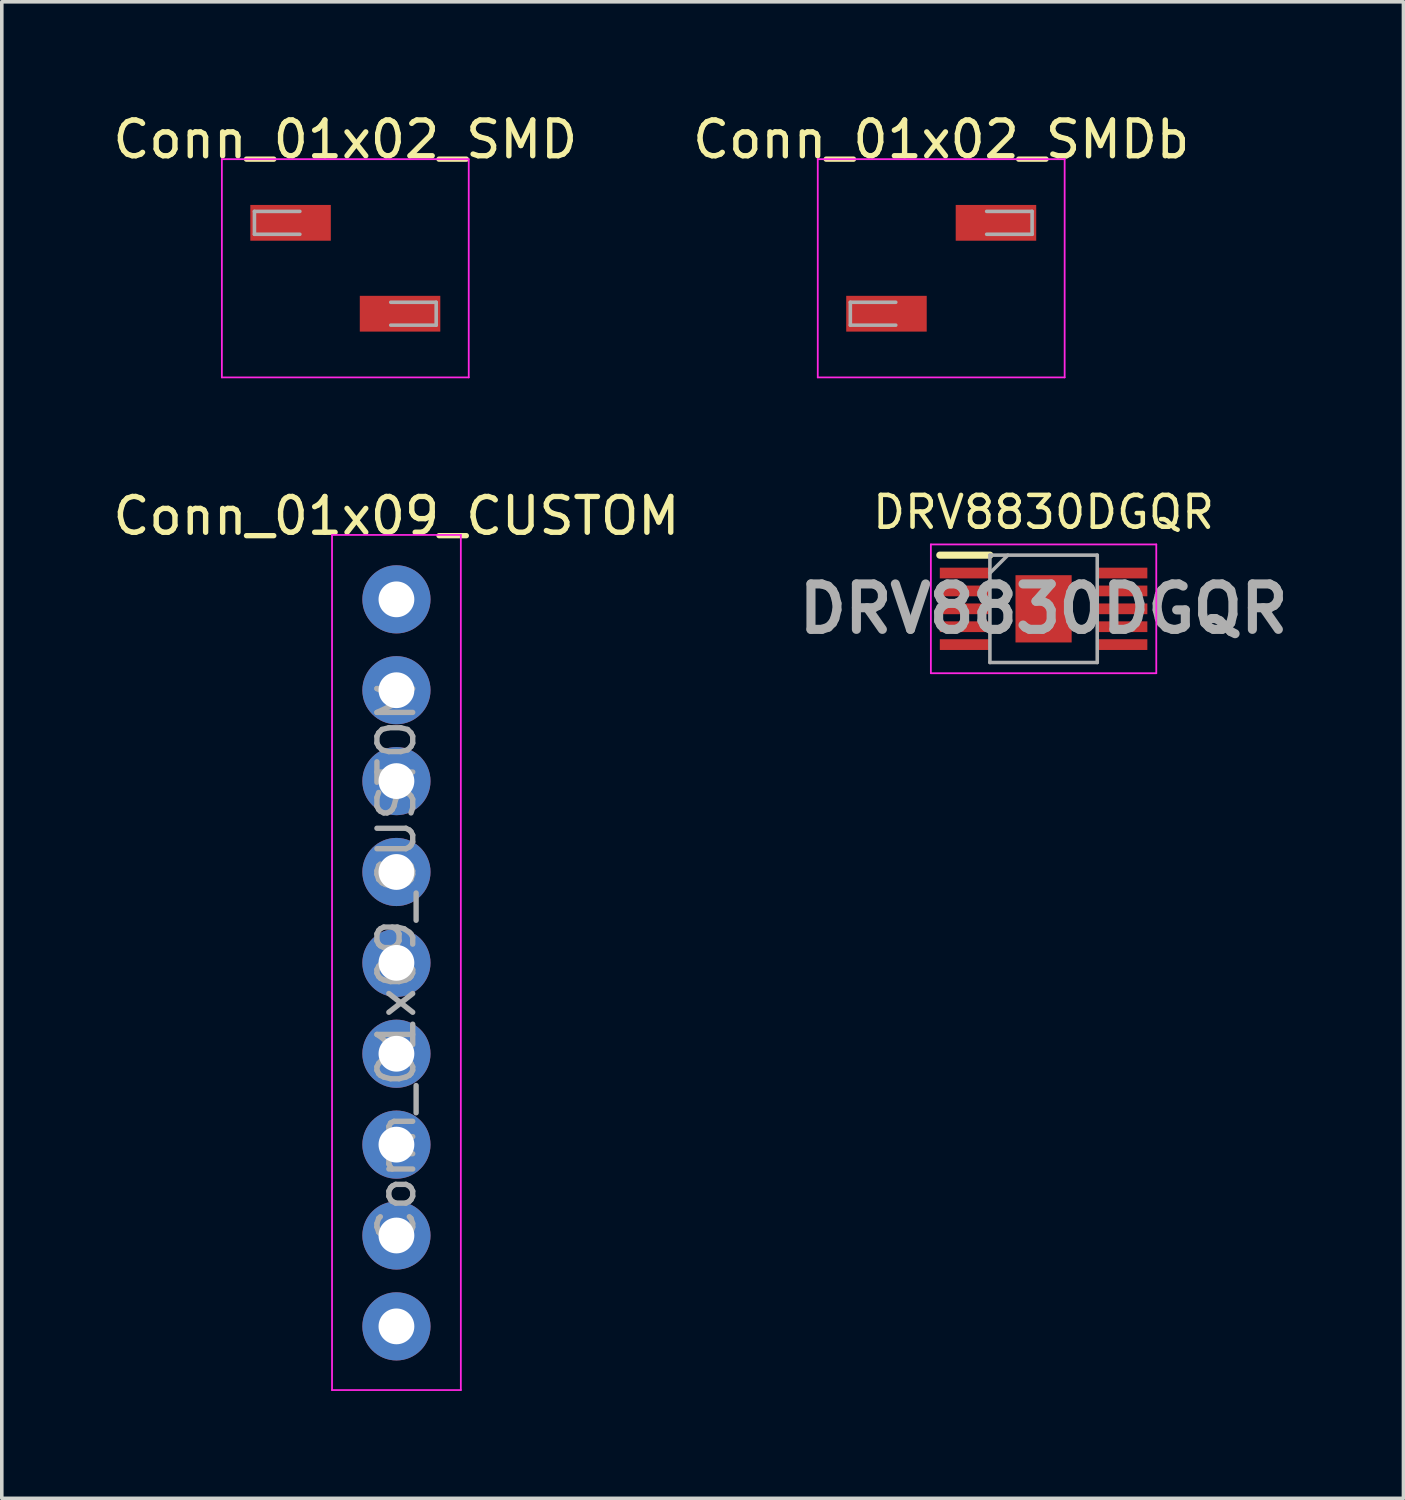
<source format=kicad_pcb>
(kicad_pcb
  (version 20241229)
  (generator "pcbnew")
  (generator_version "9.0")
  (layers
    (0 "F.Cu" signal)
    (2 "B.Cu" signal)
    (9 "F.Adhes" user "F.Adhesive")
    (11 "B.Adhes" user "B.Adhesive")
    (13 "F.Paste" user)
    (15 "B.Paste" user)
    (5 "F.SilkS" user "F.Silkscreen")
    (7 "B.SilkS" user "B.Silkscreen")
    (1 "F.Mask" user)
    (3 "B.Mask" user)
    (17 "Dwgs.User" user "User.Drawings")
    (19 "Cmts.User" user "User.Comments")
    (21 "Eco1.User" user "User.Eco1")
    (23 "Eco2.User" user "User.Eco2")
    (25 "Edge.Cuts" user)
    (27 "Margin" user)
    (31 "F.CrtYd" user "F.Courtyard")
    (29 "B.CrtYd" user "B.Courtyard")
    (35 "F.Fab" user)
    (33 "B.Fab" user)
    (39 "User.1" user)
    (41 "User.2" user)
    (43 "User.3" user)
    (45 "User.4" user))
  (footprint "Conn_01x02_SMDb"
    (layer "F.Cu")
    (at 23.256 4.448)
    (property "Reference" "Conn_01x02_SMDb" (at 0 -3.6 0) (layer "F.SilkS") (effects (font (size 1 1) (thickness 0.15))))
    (attr smd)
    (fp_line (start -3.45 -3.05) (end -3.45 3.05) (stroke (width 0.05) (type solid)) (layer "F.CrtYd"))
    (fp_line (start -3.45 3.05) (end 3.45 3.05) (stroke (width 0.05) (type solid)) (layer "F.CrtYd"))
    (fp_line (start 3.45 -3.05) (end -3.45 -3.05) (stroke (width 0.05) (type solid)) (layer "F.CrtYd"))
    (fp_line (start 3.45 3.05) (end 3.45 -3.05) (stroke (width 0.05) (type solid)) (layer "F.CrtYd"))
    (fp_line (start -2.54 0.95) (end -2.54 1.59) (stroke (width 0.1) (type solid)) (layer "F.Fab"))
    (fp_line (start -2.54 1.59) (end -1.27 1.59) (stroke (width 0.1) (type solid)) (layer "F.Fab"))
    (fp_line (start -1.27 0.95) (end -2.54 0.95) (stroke (width 0.1) (type solid)) (layer "F.Fab"))
    (fp_line (start 1.27 -1.59) (end 2.54 -1.59) (stroke (width 0.1) (type solid)) (layer "F.Fab"))
    (fp_line (start 2.54 -1.59) (end 2.54 -0.95) (stroke (width 0.1) (type solid)) (layer "F.Fab"))
    (fp_line (start 2.54 -0.95) (end 1.27 -0.95) (stroke (width 0.1) (type solid)) (layer "F.Fab"))
    (pad "1" smd rect (at 1.53 -1.27) (size 2.25 1) (layers "F.Cu" "F.Mask" "F.Paste"))
    (pad "2" smd rect (at -1.53 1.27) (size 2.25 1) (layers "F.Cu" "F.Mask" "F.Paste")))
  (footprint "Conn_01x02_SMD"
    (layer "F.Cu")
    (at 6.601 4.448)
    (property "Reference" "Conn_01x02_SMD" (at 0 -3.6 0) (layer "F.SilkS") (effects (font (size 1 1) (thickness 0.15))))
    (attr smd)
    (fp_line (start -3.45 -3.05) (end -3.45 3.05) (stroke (width 0.05) (type solid)) (layer "F.CrtYd"))
    (fp_line (start -3.45 3.05) (end 3.45 3.05) (stroke (width 0.05) (type solid)) (layer "F.CrtYd"))
    (fp_line (start 3.45 -3.05) (end -3.45 -3.05) (stroke (width 0.05) (type solid)) (layer "F.CrtYd"))
    (fp_line (start 3.45 3.05) (end 3.45 -3.05) (stroke (width 0.05) (type solid)) (layer "F.CrtYd"))
    (fp_line (start -2.54 -1.59) (end -2.54 -0.95) (stroke (width 0.1) (type solid)) (layer "F.Fab"))
    (fp_line (start -2.54 -0.95) (end -1.27 -0.95) (stroke (width 0.1) (type solid)) (layer "F.Fab"))
    (fp_line (start -1.27 -1.59) (end -2.54 -1.59) (stroke (width 0.1) (type solid)) (layer "F.Fab"))
    (fp_line (start 1.27 0.95) (end 2.54 0.95) (stroke (width 0.1) (type solid)) (layer "F.Fab"))
    (fp_line (start 2.54 0.95) (end 2.54 1.59) (stroke (width 0.1) (type solid)) (layer "F.Fab"))
    (fp_line (start 2.54 1.59) (end 1.27 1.59) (stroke (width 0.1) (type solid)) (layer "F.Fab"))
    (pad "1" smd rect (at -1.53 -1.27) (size 2.25 1) (layers "F.Cu" "F.Mask" "F.Paste"))
    (pad "2" smd rect (at 1.53 1.27) (size 2.25 1) (layers "F.Cu" "F.Mask" "F.Paste")))
  (footprint "DRV8830DGQR"
    (layer "F.Cu")
    (at 26.117 13.966)
    (property "Reference" "DRV8830DGQR" (at 0 -2.7 0) (layer "F.SilkS") (effects (font (size 0.889 0.889) (thickness 0.127))))
    (attr smd)
    (fp_line (start -2.9 -1.5) (end -1.5 -1.5) (stroke (width 0.2) (type solid)) (layer "F.SilkS"))
    (fp_line (start -3.15 -1.8) (end 3.15 -1.8) (stroke (width 0.05) (type solid)) (layer "F.CrtYd"))
    (fp_line (start -3.15 1.8) (end -3.15 -1.8) (stroke (width 0.05) (type solid)) (layer "F.CrtYd"))
    (fp_line (start 3.15 -1.8) (end 3.15 1.8) (stroke (width 0.05) (type solid)) (layer "F.CrtYd"))
    (fp_line (start 3.15 1.8) (end -3.15 1.8) (stroke (width 0.05) (type solid)) (layer "F.CrtYd"))
    (fp_line (start -1.5 -1.5) (end 1.5 -1.5) (stroke (width 0.1) (type solid)) (layer "F.Fab"))
    (fp_line (start -1.5 -1) (end -1 -1.5) (stroke (width 0.1) (type solid)) (layer "F.Fab"))
    (fp_line (start -1.5 1.5) (end -1.5 -1.5) (stroke (width 0.1) (type solid)) (layer "F.Fab"))
    (fp_line (start 1.5 -1.5) (end 1.5 1.5) (stroke (width 0.1) (type solid)) (layer "F.Fab"))
    (fp_line (start 1.5 1.5) (end -1.5 1.5) (stroke (width 0.1) (type solid)) (layer "F.Fab"))
    (fp_text user "${REFERENCE}" (at 0 0 0) (layer "F.Fab") (effects (font (size 1.27 1.27) (thickness 0.254))))
    (pad "1" smd rect (at -2.2 -1 90) (size 0.3 1.4) (layers "F.Cu" "F.Mask" "F.Paste"))
    (pad "2" smd rect (at -2.2 -0.5 90) (size 0.3 1.4) (layers "F.Cu" "F.Mask" "F.Paste"))
    (pad "3" smd rect (at -2.2 0 90) (size 0.3 1.4) (layers "F.Cu" "F.Mask" "F.Paste"))
    (pad "4" smd rect (at -2.2 0.5 90) (size 0.3 1.4) (layers "F.Cu" "F.Mask" "F.Paste"))
    (pad "5" smd rect (at -2.2 1 90) (size 0.3 1.4) (layers "F.Cu" "F.Mask" "F.Paste"))
    (pad "6" smd rect (at 2.2 1 90) (size 0.3 1.4) (layers "F.Cu" "F.Mask" "F.Paste"))
    (pad "7" smd rect (at 2.2 0.5 90) (size 0.3 1.4) (layers "F.Cu" "F.Mask" "F.Paste"))
    (pad "8" smd rect (at 2.2 0 90) (size 0.3 1.4) (layers "F.Cu" "F.Mask" "F.Paste"))
    (pad "9" smd rect (at 2.2 -0.5 90) (size 0.3 1.4) (layers "F.Cu" "F.Mask" "F.Paste"))
    (pad "10" smd rect (at 2.2 -1 90) (size 0.3 1.4) (layers "F.Cu" "F.Mask" "F.Paste"))
    (pad "11" smd rect (at 0 0) (size 1.57 1.88) (layers "F.Cu" "F.Mask" "F.Paste")))
  (footprint "Conn_01x09_CUSTOM"
    (layer "F.Cu")
    (at 8.03 13.701)
    (property "Reference" "Conn_01x09_CUSTOM" (at 0 -2.33 180) (layer "F.SilkS") (effects (font (size 1 1) (thickness 0.15))))
    (attr through_hole)
    (fp_line (start -1.8 -1.8) (end -1.8 22.1) (stroke (width 0.05) (type solid)) (layer "F.CrtYd"))
    (fp_line (start -1.8 22.1) (end 1.8 22.1) (stroke (width 0.05) (type solid)) (layer "F.CrtYd"))
    (fp_line (start 1.8 -1.8) (end -1.8 -1.8) (stroke (width 0.05) (type solid)) (layer "F.CrtYd"))
    (fp_line (start 1.8 22.1) (end 1.8 -1.8) (stroke (width 0.05) (type solid)) (layer "F.CrtYd"))
    (fp_text user "${REFERENCE}" (at 0 10.16 90) (layer "F.Fab") (effects (font (size 1 1) (thickness 0.15))))
    (pad "1" thru_hole circle (at 0 0) (size 1.905 1.905) (drill 1) (layers "*.Cu" "*.Mask"))
    (pad "2" thru_hole circle (at 0 2.54) (size 1.905 1.905) (drill 1) (layers "*.Cu" "*.Mask"))
    (pad "3" thru_hole circle (at 0 5.08) (size 1.905 1.905) (drill 1) (layers "*.Cu" "*.Mask"))
    (pad "4" thru_hole circle (at 0 7.62) (size 1.905 1.905) (drill 1) (layers "*.Cu" "*.Mask"))
    (pad "5" thru_hole circle (at 0 10.16) (size 1.905 1.905) (drill 1) (layers "*.Cu" "*.Mask"))
    (pad "6" thru_hole circle (at 0 12.7) (size 1.905 1.905) (drill 1) (layers "*.Cu" "*.Mask"))
    (pad "7" thru_hole circle (at 0 15.24) (size 1.905 1.905) (drill 1) (layers "*.Cu" "*.Mask"))
    (pad "8" thru_hole circle (at 0 17.78) (size 1.905 1.905) (drill 1) (layers "*.Cu" "*.Mask"))
    (pad "9" thru_hole circle (at 0 20.32) (size 1.905 1.905) (drill 1) (layers "*.Cu" "*.Mask")))
  (gr_rect
    (start -3 -3)
    (end 36.175 38.827)
    (stroke (width 0.1) (type default))
    (fill no)
    (layer "Edge.Cuts")))
</source>
